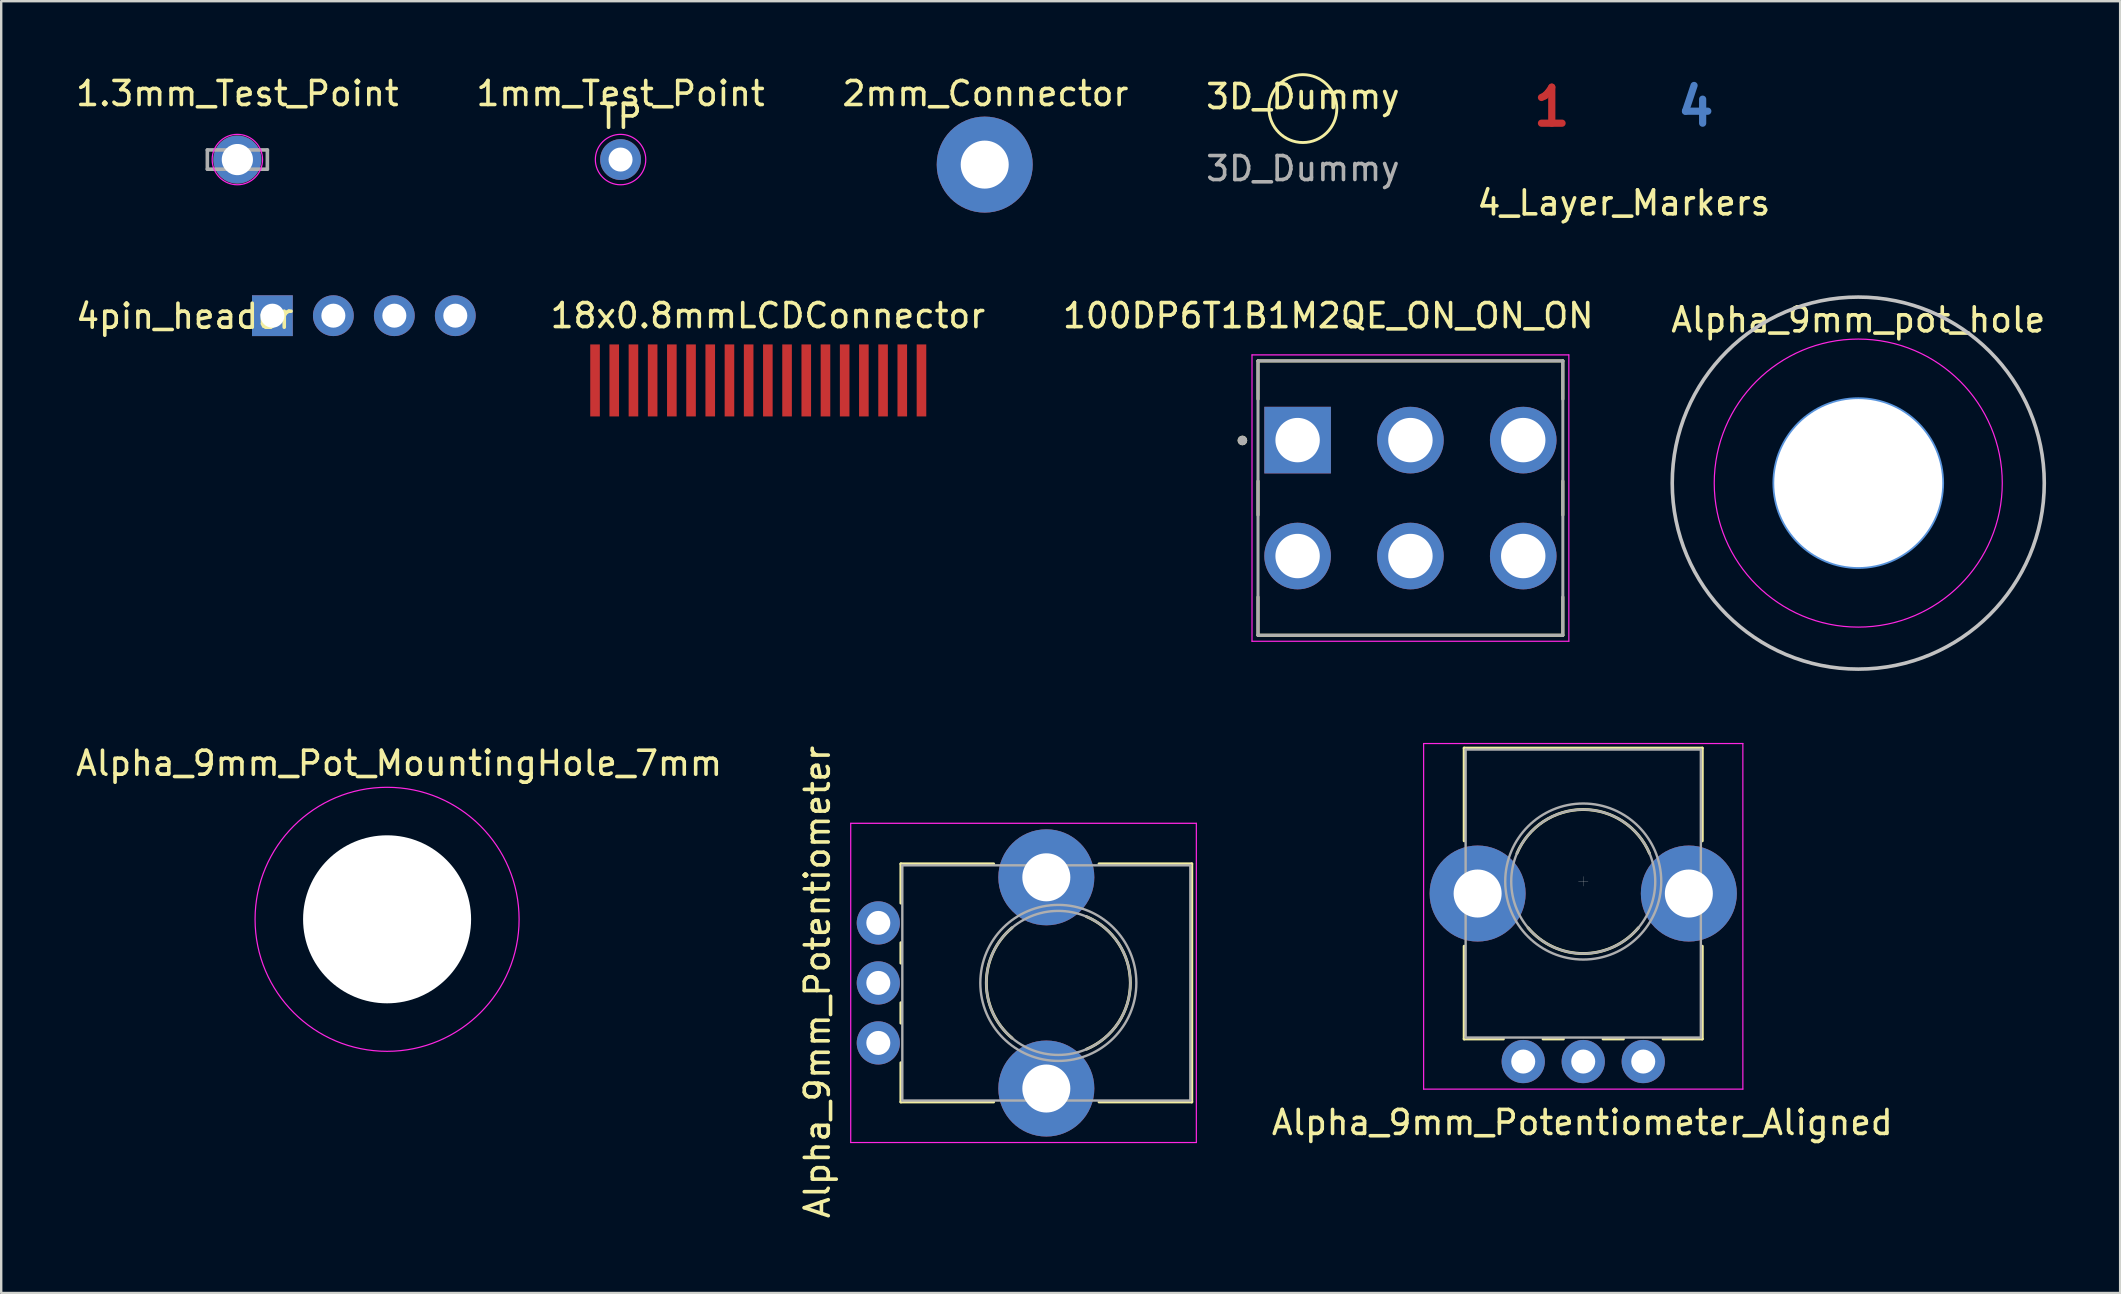
<source format=kicad_pcb>
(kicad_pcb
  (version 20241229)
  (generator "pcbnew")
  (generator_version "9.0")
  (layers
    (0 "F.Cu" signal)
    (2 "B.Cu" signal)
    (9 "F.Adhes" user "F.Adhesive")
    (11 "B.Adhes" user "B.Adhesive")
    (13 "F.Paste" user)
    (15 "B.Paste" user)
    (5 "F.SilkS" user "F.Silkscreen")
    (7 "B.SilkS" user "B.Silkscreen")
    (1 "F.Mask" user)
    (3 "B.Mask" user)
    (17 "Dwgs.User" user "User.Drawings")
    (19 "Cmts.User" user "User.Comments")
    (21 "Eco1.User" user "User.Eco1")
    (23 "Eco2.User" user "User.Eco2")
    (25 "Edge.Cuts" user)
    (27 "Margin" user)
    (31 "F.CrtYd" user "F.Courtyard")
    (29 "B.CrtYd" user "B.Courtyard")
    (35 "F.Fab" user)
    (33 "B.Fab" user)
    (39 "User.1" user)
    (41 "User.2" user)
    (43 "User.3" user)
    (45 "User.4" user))
  (footprint "Alpha_9mm_pot_hole"
    (layer "F.Cu")
    (at 74.37 17.077)
    (property "Reference" "Alpha_9mm_pot_hole" (at 0 -6.8 0) (layer "F.SilkS") (effects (font (size 1 1) (thickness 0.15))))
    (attr through_hole)
    (fp_circle (center 0 0) (end 7.75 0) (stroke (width 0.15) (type solid)) (fill no) (layer "Dwgs.User"))
    (fp_circle (center 0 0) (end 3.5 0) (stroke (width 0.15) (type solid)) (fill no) (layer "Cmts.User"))
    (fp_circle (center 0 0) (end 6 0) (stroke (width 0.05) (type solid)) (fill no) (layer "F.CrtYd"))
    (pad "" np_thru_hole circle (at 0 0) (size 7 7) (drill 7) (layers "*.Cu" "*.Mask")))
  (footprint "4_Layer_Markers"
    (layer "F.Cu")
    (at 64.601 1.404)
    (property "Reference" "4_Layer_Markers" (at 0 4 0) (layer "F.SilkS") (effects (font (size 1 1) (thickness 0.15))))
    (attr through_hole)
    (fp_poly (pts (xy 4 1) (xy -4 1) (xy -4 -1) (xy 4 -1)) (stroke (width 0.1) (type solid)) (fill yes) (layer "F.Mask"))
    (fp_poly (pts (xy 4 1) (xy -4 1) (xy -4 -1) (xy 4 -1)) (stroke (width 0.1) (type solid)) (fill yes) (layer "B.Mask"))
    (fp_text user "1" (at -3 0 0) (layer "F.Cu") (effects (font (size 1.5 1.5) (thickness 0.3))))
    (fp_text user "4" (at 3 0 0) (layer "B.Cu") (effects (font (size 1.5 1.5) (thickness 0.3))))
    (fp_text user "2" (at -1 0 0) (layer "In1.Cu") (effects (font (size 1.5 1.5) (thickness 0.3))))
    (fp_text user "3" (at 1 0 0) (layer "In2.Cu") (effects (font (size 1.5 1.5) (thickness 0.3))))
    (zone (net_name "") (layers "F.Cu" "B.Cu") (hatch edge 0.508) (connect_pads) (min_thickness 0.254) (filled_areas_thickness no) (keepout (tracks not_allowed) (vias not_allowed) (pads not_allowed) (copperpour not_allowed) (footprints allowed)) (placement (enabled no)) (fill) (polygon (pts (xy 68.701 2.504) (xy 60.501 2.504) (xy 60.501 0.304) (xy 68.701 0.304)))))
  (footprint "4pin_header"
    (layer "F.Cu")
    (at 8.299 10.102)
    (property "Reference" "4pin_header" (at -3.65 0.025 0) (layer "F.SilkS") (effects (font (size 1 1) (thickness 0.15))))
    (attr through_hole)
    (pad "1" thru_hole rect (at 0 0) (size 1.7 1.7) (drill 1) (layers "*.Cu" "*.Mask"))
    (pad "2" thru_hole circle (at 2.54 0) (size 1.7 1.7) (drill 1) (layers "*.Cu" "*.Mask"))
    (pad "3" thru_hole circle (at 5.08 0) (size 1.7 1.7) (drill 1) (layers "*.Cu" "*.Mask"))
    (pad "4" thru_hole circle (at 7.62 0) (size 1.7 1.7) (drill 1) (layers "*.Cu" "*.Mask")))
  (footprint "Alpha_9mm_Pot_MountingHole_7mm"
    (layer "F.Cu")
    (at 13.077 35.251)
    (property "Reference" "Alpha_9mm_Pot_MountingHole_7mm" (at 0.5 -6.5 0) (layer "F.SilkS") (effects (font (size 1 1) (thickness 0.15))))
    (attr through_hole)
    (fp_circle (center 0 0) (end 2.93 0) (stroke (width 0.15) (type solid)) (fill no) (layer "Cmts.User"))
    (fp_circle (center 0 0) (end 5.5 0) (stroke (width 0.05) (type solid)) (fill no) (layer "F.CrtYd"))
    (pad "" np_thru_hole circle (at 0 0) (size 7 7) (drill 7) (layers "*.Cu" "*.Mask")))
  (footprint "18x0.8mmLCDConnector"
    (layer "F.Cu")
    (at 21.741 12.8)
    (property "Reference" "18x0.8mmLCDConnector" (at 7.2 -2.7 0) (layer "F.SilkS") (effects (font (size 1 1) (thickness 0.15))))
    (attr through_hole)
    (pad "1" smd rect (at 0 0) (size 0.4 3) (layers "F.Cu" "F.Mask" "F.Paste"))
    (pad "2" smd rect (at 0.8 0) (size 0.4 3) (layers "F.Cu" "F.Mask" "F.Paste"))
    (pad "3" smd rect (at 1.6 0) (size 0.4 3) (layers "F.Cu" "F.Mask" "F.Paste"))
    (pad "4" smd rect (at 2.4 0) (size 0.4 3) (layers "F.Cu" "F.Mask" "F.Paste"))
    (pad "5" smd rect (at 3.2 0) (size 0.4 3) (layers "F.Cu" "F.Mask" "F.Paste"))
    (pad "6" smd rect (at 4 0) (size 0.4 3) (layers "F.Cu" "F.Mask" "F.Paste"))
    (pad "7" smd rect (at 4.8 0) (size 0.4 3) (layers "F.Cu" "F.Mask" "F.Paste"))
    (pad "8" smd rect (at 5.6 0) (size 0.4 3) (layers "F.Cu" "F.Mask" "F.Paste"))
    (pad "9" smd rect (at 6.4 0) (size 0.4 3) (layers "F.Cu" "F.Mask" "F.Paste"))
    (pad "10" smd rect (at 7.2 0) (size 0.4 3) (layers "F.Cu" "F.Mask" "F.Paste"))
    (pad "11" smd rect (at 8 0) (size 0.4 3) (layers "F.Cu" "F.Mask" "F.Paste"))
    (pad "12" smd rect (at 8.8 0) (size 0.4 3) (layers "F.Cu" "F.Mask" "F.Paste"))
    (pad "13" smd rect (at 9.6 0) (size 0.4 3) (layers "F.Cu" "F.Mask" "F.Paste"))
    (pad "14" smd rect (at 10.4 0) (size 0.4 3) (layers "F.Cu" "F.Mask" "F.Paste"))
    (pad "15" smd rect (at 11.2 0) (size 0.4 3) (layers "F.Cu" "F.Mask" "F.Paste"))
    (pad "16" smd rect (at 12 0) (size 0.4 3) (layers "F.Cu" "F.Mask" "F.Paste"))
    (pad "17" smd rect (at 12.8 0) (size 0.4 3) (layers "F.Cu" "F.Mask" "F.Paste"))
    (pad "18" smd rect (at 13.6 0) (size 0.4 3) (layers "F.Cu" "F.Mask" "F.Paste")))
  (footprint "100DP6T1B1M2QE_ON_ON_ON"
    (layer "F.Cu")
    (at 55.712 17.701)
    (property "Reference" "100DP6T1B1M2QE_ON_ON_ON" (at -3.425 -7.6 0) (layer "F.SilkS") (effects (font (size 1 1) (thickness 0.15))))
    (attr through_hole)
    (fp_line (start -6.35 -5.715) (end 6.35 -5.715) (stroke (width 0.127) (type solid)) (layer "F.SilkS"))
    (fp_line (start -6.35 -4.122) (end -6.35 -5.715) (stroke (width 0.127) (type solid)) (layer "F.SilkS"))
    (fp_line (start -6.35 -0.708) (end -6.35 0.708) (stroke (width 0.127) (type solid)) (layer "F.SilkS"))
    (fp_line (start -6.35 5.715) (end -6.35 4.122) (stroke (width 0.127) (type solid)) (layer "F.SilkS"))
    (fp_line (start 6.35 -5.715) (end 6.35 -4.122) (stroke (width 0.127) (type solid)) (layer "F.SilkS"))
    (fp_line (start 6.35 -0.708) (end 6.35 0.708) (stroke (width 0.127) (type solid)) (layer "F.SilkS"))
    (fp_line (start 6.35 5.715) (end -6.35 5.715) (stroke (width 0.127) (type solid)) (layer "F.SilkS"))
    (fp_line (start 6.35 5.715) (end 6.35 4.122) (stroke (width 0.127) (type solid)) (layer "F.SilkS"))
    (fp_circle (center -7 -2.4) (end -6.9 -2.4) (stroke (width 0.2) (type solid)) (fill no) (layer "F.SilkS"))
    (fp_line (start -6.6 -5.965) (end -6.6 5.965) (stroke (width 0.05) (type solid)) (layer "F.CrtYd"))
    (fp_line (start -6.6 5.965) (end 6.6 5.965) (stroke (width 0.05) (type solid)) (layer "F.CrtYd"))
    (fp_line (start 6.6 -5.965) (end -6.6 -5.965) (stroke (width 0.05) (type solid)) (layer "F.CrtYd"))
    (fp_line (start 6.6 5.965) (end 6.6 -5.965) (stroke (width 0.05) (type solid)) (layer "F.CrtYd"))
    (fp_line (start -6.35 -5.715) (end 6.35 -5.715) (stroke (width 0.127) (type solid)) (layer "F.Fab"))
    (fp_line (start -6.35 5.715) (end -6.35 -5.715) (stroke (width 0.127) (type solid)) (layer "F.Fab"))
    (fp_line (start 6.35 -5.715) (end 6.35 5.715) (stroke (width 0.127) (type solid)) (layer "F.Fab"))
    (fp_line (start 6.35 5.715) (end -6.35 5.715) (stroke (width 0.127) (type solid)) (layer "F.Fab"))
    (fp_circle (center -7 -2.4) (end -6.9 -2.4) (stroke (width 0.2) (type solid)) (fill no) (layer "F.Fab"))
    (pad "1" thru_hole rect (at -4.7 -2.415) (size 2.775 2.775) (drill 1.85) (layers "*.Cu" "*.Mask"))
    (pad "2" thru_hole circle (at 0 -2.415) (size 2.775 2.775) (drill 1.85) (layers "*.Cu" "*.Mask"))
    (pad "3" thru_hole circle (at 4.7 -2.415) (size 2.775 2.775) (drill 1.85) (layers "*.Cu" "*.Mask"))
    (pad "4" thru_hole circle (at -4.7 2.415) (size 2.775 2.775) (drill 1.85) (layers "*.Cu" "*.Mask"))
    (pad "5" thru_hole circle (at 0 2.415) (size 2.775 2.775) (drill 1.85) (layers "*.Cu" "*.Mask"))
    (pad "6" thru_hole circle (at 4.7 2.415) (size 2.775 2.775) (drill 1.85) (layers "*.Cu" "*.Mask")))
  (footprint "Alpha_9mm_Potentiometer"
    (layer "F.Cu")
    (at 33.543 40.401)
    (property "Reference" "Alpha_9mm_Potentiometer" (at -2.54 -2.54 270) (layer "F.SilkS") (effects (font (size 1 1) (thickness 0.15))))
    (attr through_hole)
    (fp_line (start 0.94 -7.461) (end 0.94 -5.825) (stroke (width 0.12) (type solid)) (layer "F.SilkS"))
    (fp_line (start 0.94 -7.461) (end 4.806 -7.461) (stroke (width 0.12) (type solid)) (layer "F.SilkS"))
    (fp_line (start 0.94 -4.175) (end 0.94 -3.325) (stroke (width 0.12) (type solid)) (layer "F.SilkS"))
    (fp_line (start 0.94 -1.675) (end 0.94 -0.825) (stroke (width 0.12) (type solid)) (layer "F.SilkS"))
    (fp_line (start 0.94 0.825) (end 0.94 2.46) (stroke (width 0.12) (type solid)) (layer "F.SilkS"))
    (fp_line (start 0.94 2.46) (end 4.806 2.46) (stroke (width 0.12) (type solid)) (layer "F.SilkS"))
    (fp_line (start 9.195 -7.461) (end 13.06 -7.461) (stroke (width 0.12) (type solid)) (layer "F.SilkS"))
    (fp_line (start 9.195 2.46) (end 13.06 2.46) (stroke (width 0.12) (type solid)) (layer "F.SilkS"))
    (fp_line (start 13.06 -7.461) (end 13.06 2.46) (stroke (width 0.12) (type solid)) (layer "F.SilkS"))
    (fp_arc (start 5.571705 -0.202247) (mid 4.500335 -2.500192) (end 5.572 -4.798) (stroke (width 0.12) (type solid)) (layer "F.SilkS"))
    (fp_arc (start 8.671982 -5.262432) (mid 10.500762 -2.500553) (end 8.673 0.262) (stroke (width 0.12) (type solid)) (layer "F.SilkS"))
    (fp_line (start -1.15 -9.15) (end -1.15 4.15) (stroke (width 0.05) (type solid)) (layer "F.CrtYd"))
    (fp_line (start -1.15 4.15) (end 13.25 4.15) (stroke (width 0.05) (type solid)) (layer "F.CrtYd"))
    (fp_line (start 13.25 -9.15) (end -1.15 -9.15) (stroke (width 0.05) (type solid)) (layer "F.CrtYd"))
    (fp_line (start 13.25 4.15) (end 13.25 -9.15) (stroke (width 0.05) (type solid)) (layer "F.CrtYd"))
    (fp_line (start 1 -7.4) (end 1 2.4) (stroke (width 0.1) (type solid)) (layer "F.Fab"))
    (fp_line (start 1 2.4) (end 13 2.4) (stroke (width 0.1) (type solid)) (layer "F.Fab"))
    (fp_line (start 13 -7.4) (end 1 -7.4) (stroke (width 0.1) (type solid)) (layer "F.Fab"))
    (fp_line (start 13 2.4) (end 13 -7.4) (stroke (width 0.1) (type solid)) (layer "F.Fab"))
    (fp_circle (center 7.5 -2.5) (end 10.5 -2.5) (stroke (width 0.1) (type solid)) (fill no) (layer "F.Fab"))
    (fp_circle (center 7.5 -2.5) (end 10.75 -2.5) (stroke (width 0.1) (type solid)) (fill no) (layer "F.Fab"))
    (pad "" np_thru_hole circle (at 7 -6.9) (size 4 4) (drill 2) (layers "*.Cu" "*.Mask"))
    (pad "" np_thru_hole circle (at 7 1.9) (size 4 4) (drill 2) (layers "*.Cu" "*.Mask"))
    (pad "1" thru_hole circle (at 0 0) (size 1.8 1.8) (drill 1) (layers "*.Cu" "*.Mask"))
    (pad "2" thru_hole circle (at 0 -2.5) (size 1.8 1.8) (drill 1) (layers "*.Cu" "*.Mask"))
    (pad "3" thru_hole circle (at 0 -5) (size 1.8 1.8) (drill 1) (layers "*.Cu" "*.Mask")))
  (footprint "3D_Dummy"
    (layer "F.Cu")
    (at 51.232 1.474)
    (property "Reference" "3D_Dummy" (at 0 -0.5 0) (unlocked yes) (layer "F.SilkS") (effects (font (size 1 1) (thickness 0.15))))
    (attr smd)
    (fp_circle (center 0 0) (end 1.414 0) (stroke (width 0.12) (type solid)) (fill no) (layer "F.SilkS"))
    (fp_text user "${REFERENCE}" (at 0 2.5 0) (unlocked yes) (layer "F.Fab") (effects (font (size 1 1) (thickness 0.15)))))
  (footprint "Alpha_9mm_Potentiometer_Aligned"
    (layer "F.Cu")
    (at 62.912 33.677)
    (property "Reference" "Alpha_9mm_Potentiometer_Aligned" (at -0.04 10.04 0) (layer "F.SilkS") (effects (font (size 1 1) (thickness 0.15))))
    (attr through_hole)
    (fp_line (start -4.961 -5.56) (end 4.96 -5.56) (stroke (width 0.12) (type solid)) (layer "F.SilkS"))
    (fp_line (start -4.961 -1.695) (end -4.961 -5.56) (stroke (width 0.12) (type solid)) (layer "F.SilkS"))
    (fp_line (start -4.961 6.56) (end -4.961 2.694) (stroke (width 0.12) (type solid)) (layer "F.SilkS"))
    (fp_line (start -4.961 6.56) (end -3.325 6.56) (stroke (width 0.12) (type solid)) (layer "F.SilkS"))
    (fp_line (start -1.675 6.56) (end -0.825 6.56) (stroke (width 0.12) (type solid)) (layer "F.SilkS"))
    (fp_line (start 0.825 6.56) (end 1.675 6.56) (stroke (width 0.12) (type solid)) (layer "F.SilkS"))
    (fp_line (start 3.325 6.56) (end 4.96 6.56) (stroke (width 0.12) (type solid)) (layer "F.SilkS"))
    (fp_line (start 4.96 -1.695) (end 4.96 -5.56) (stroke (width 0.12) (type solid)) (layer "F.SilkS"))
    (fp_line (start 4.96 6.56) (end 4.96 2.694) (stroke (width 0.12) (type solid)) (layer "F.SilkS"))
    (fp_arc (start -2.762432 -1.171982) (mid -0.000553 -3.000762) (end 2.762 -1.173) (stroke (width 0.12) (type solid)) (layer "F.SilkS"))
    (fp_arc (start 2.297753 1.928295) (mid -0.000192 2.999665) (end -2.298 1.928) (stroke (width 0.12) (type solid)) (layer "F.SilkS"))
    (fp_line (start 0 0.19) (end 0 -0.21) (stroke (width 0.01) (type solid)) (layer "Dwgs.User"))
    (fp_line (start 0.2 0) (end -0.2 0) (stroke (width 0.01) (type solid)) (layer "Dwgs.User"))
    (fp_line (start -6.65 -5.75) (end -6.65 8.65) (stroke (width 0.05) (type solid)) (layer "F.CrtYd"))
    (fp_line (start -6.65 8.65) (end 6.65 8.65) (stroke (width 0.05) (type solid)) (layer "F.CrtYd"))
    (fp_line (start 6.65 -5.75) (end -6.65 -5.75) (stroke (width 0.05) (type solid)) (layer "F.CrtYd"))
    (fp_line (start 6.65 8.65) (end 6.65 -5.75) (stroke (width 0.05) (type solid)) (layer "F.CrtYd"))
    (fp_line (start -4.9 -5.5) (end -4.9 6.5) (stroke (width 0.1) (type solid)) (layer "F.Fab"))
    (fp_line (start -4.9 6.5) (end 4.9 6.5) (stroke (width 0.1) (type solid)) (layer "F.Fab"))
    (fp_line (start 4.9 -5.5) (end -4.9 -5.5) (stroke (width 0.1) (type solid)) (layer "F.Fab"))
    (fp_line (start 4.9 6.5) (end 4.9 -5.5) (stroke (width 0.1) (type solid)) (layer "F.Fab"))
    (fp_circle (center 0 0) (end 0 -3.25) (stroke (width 0.1) (type solid)) (fill no) (layer "F.Fab"))
    (fp_circle (center 0 0) (end 0 -3) (stroke (width 0.1) (type solid)) (fill no) (layer "F.Fab"))
    (pad "" np_thru_hole circle (at -4.4 0.5 90) (size 4 4) (drill 2) (layers "*.Cu" "*.Mask"))
    (pad "" np_thru_hole circle (at 4.4 0.5 90) (size 4 4) (drill 2) (layers "*.Cu" "*.Mask"))
    (pad "1" thru_hole circle (at 2.5 7.5 90) (size 1.8 1.8) (drill 1) (layers "*.Cu" "*.Mask"))
    (pad "2" thru_hole circle (at 0 7.5 90) (size 1.8 1.8) (drill 1) (layers "*.Cu" "*.Mask"))
    (pad "3" thru_hole circle (at -2.5 7.5 90) (size 1.8 1.8) (drill 1) (layers "*.Cu" "*.Mask")))
  (footprint "1.3mm_Test_Point"
    (layer "F.Cu")
    (at 6.839 3.598)
    (property "Reference" "1.3mm_Test_Point" (at 0 -2.75 0) (layer "F.SilkS") (effects (font (size 1 1) (thickness 0.15))))
    (attr exclude_from_pos_files exclude_from_bom)
    (fp_circle (center 0 0) (end 1.05 0) (stroke (width 0.05) (type solid)) (fill no) (layer "F.CrtYd"))
    (fp_line (start -1.25 -0.4) (end 1.25 -0.4) (stroke (width 0.15) (type solid)) (layer "F.Fab"))
    (fp_line (start -1.25 0.4) (end -1.25 -0.4) (stroke (width 0.15) (type solid)) (layer "F.Fab"))
    (fp_line (start 1.25 -0.4) (end 1.25 0.4) (stroke (width 0.15) (type solid)) (layer "F.Fab"))
    (fp_line (start 1.25 0.4) (end -1.25 0.4) (stroke (width 0.15) (type solid)) (layer "F.Fab"))
    (pad "1" thru_hole circle (at 0 0) (size 2 2) (drill 1.3) (layers "*.Cu" "*.Mask")))
  (footprint "2mm_Connector"
    (layer "F.Cu")
    (at 37.976 3.808)
    (property "Reference" "2mm_Connector" (at 0.03 -2.96 0) (layer "F.SilkS") (effects (font (size 1 1) (thickness 0.15))))
    (attr through_hole)
    (pad "1" thru_hole circle (at 0 0) (size 4 4) (drill 2) (layers "*.Cu" "*.Mask")))
  (footprint "1mm_Test_Point"
    (layer "F.Cu")
    (at 22.804 3.598)
    (property "Reference" "1mm_Test_Point" (at 0 -2.75 0) (layer "F.SilkS") (effects (font (size 1 1) (thickness 0.15))))
    (attr exclude_from_pos_files exclude_from_bom)
    (fp_circle (center 0 0) (end 1.05 0) (stroke (width 0.05) (type solid)) (fill no) (layer "F.CrtYd"))
    (fp_text user "TP" (at 0 -1.8 0) (unlocked yes) (layer "F.SilkS") (effects (font (size 1 1) (thickness 0.15))))
    (pad "1" thru_hole circle (at 0 0) (size 1.7 1.7) (drill 1) (layers "*.Cu" "*.Mask")))
  (gr_rect
    (start -3 -3)
    (end 85.281 50.819)
    (stroke (width 0.1) (type default))
    (fill no)
    (layer "Edge.Cuts")))
</source>
